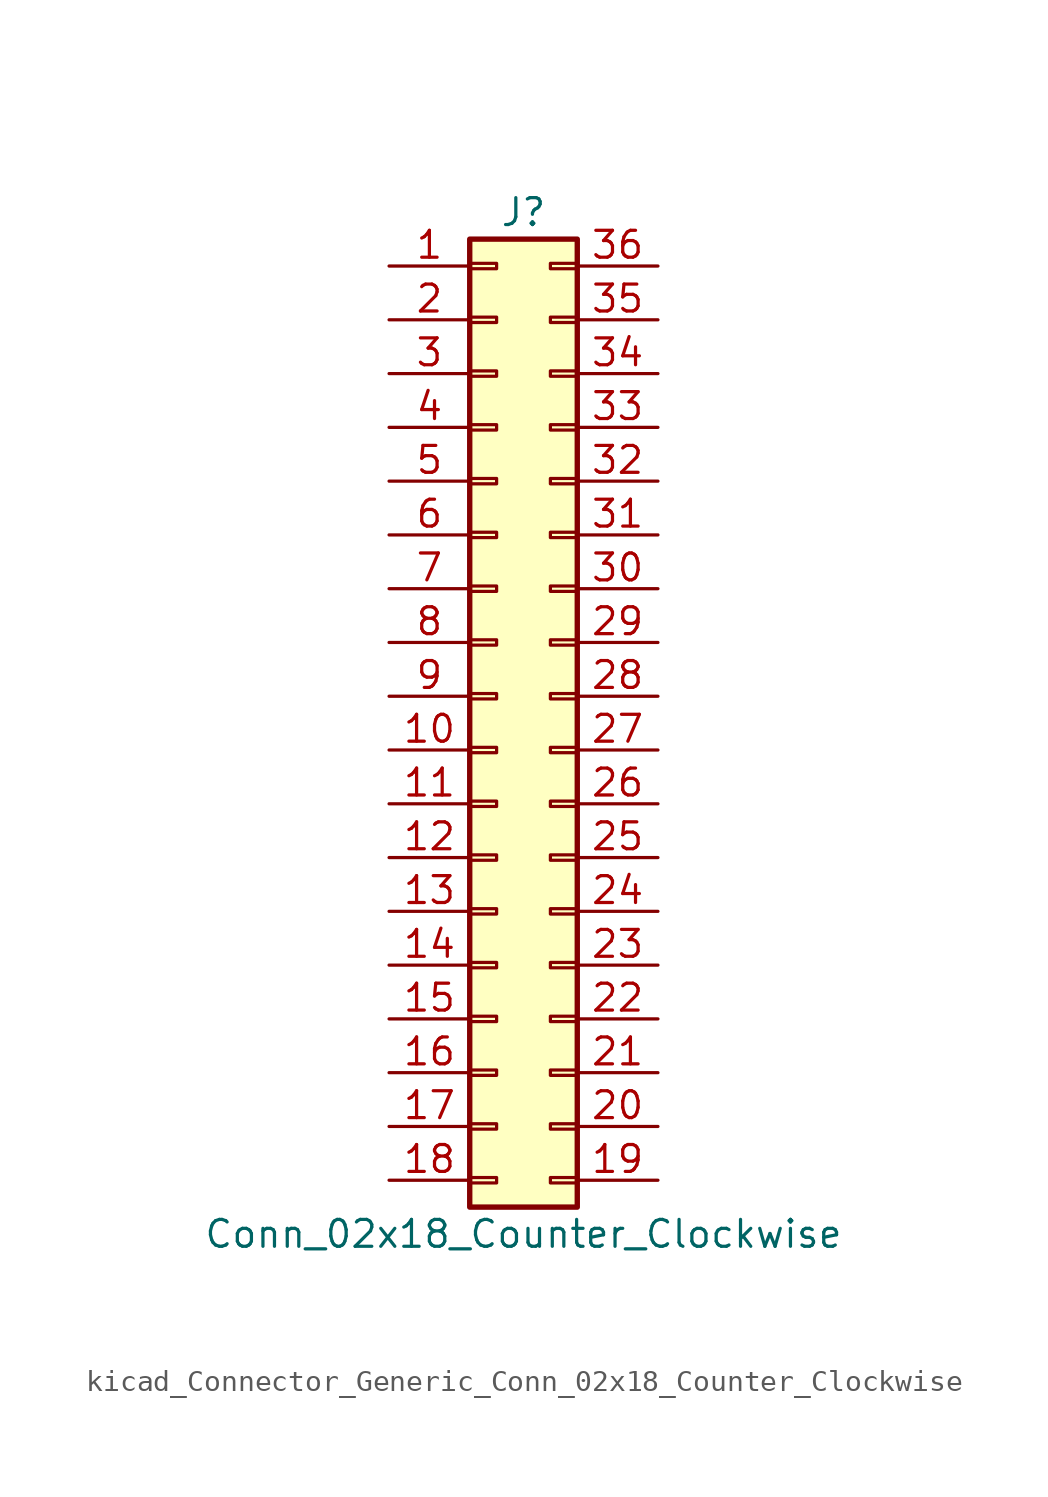
<source format=kicad_sym>
(kicad_symbol_lib
  (version 20220914)
  (generator kicad_symbol_editor)
  (symbol "kicad_Connector_Generic_Conn_02x18_Counter_Clockwise"
    (pin_names
      (offset 1.016) hide)
    (property "Reference" "J"
      (at 1.27 22.86 0)
      (effects (font (size 1.27 1.27))))
    (property "Value" "Conn_02x18_Counter_Clockwise"
      (at 1.27 -25.4 0)
      (effects (font (size 1.27 1.27))))
    (symbol "kicad_Connector_Generic_Conn_02x18_Counter_Clockwise_1_1"
      (rectangle (start -1.27 -22.733) (end 0 -22.987) (stroke (width 0.152) (type default)) (fill (type none)))
      (rectangle (start -1.27 -20.193) (end 0 -20.447) (stroke (width 0.152) (type default)) (fill (type none)))
      (rectangle (start -1.27 -17.653) (end 0 -17.907) (stroke (width 0.152) (type default)) (fill (type none)))
      (rectangle (start -1.27 -15.113) (end 0 -15.367) (stroke (width 0.152) (type default)) (fill (type none)))
      (rectangle (start -1.27 -12.573) (end 0 -12.827) (stroke (width 0.152) (type default)) (fill (type none)))
      (rectangle (start -1.27 -10.033) (end 0 -10.287) (stroke (width 0.152) (type default)) (fill (type none)))
      (rectangle (start -1.27 -7.493) (end 0 -7.747) (stroke (width 0.152) (type default)) (fill (type none)))
      (rectangle (start -1.27 -4.953) (end 0 -5.207) (stroke (width 0.152) (type default)) (fill (type none)))
      (rectangle (start -1.27 -2.413) (end 0 -2.667) (stroke (width 0.152) (type default)) (fill (type none)))
      (rectangle (start -1.27 0.127) (end 0 -0.127) (stroke (width 0.152) (type default)) (fill (type none)))
      (rectangle (start -1.27 2.667) (end 0 2.413) (stroke (width 0.152) (type default)) (fill (type none)))
      (rectangle (start -1.27 5.207) (end 0 4.953) (stroke (width 0.152) (type default)) (fill (type none)))
      (rectangle (start -1.27 7.747) (end 0 7.493) (stroke (width 0.152) (type default)) (fill (type none)))
      (rectangle (start -1.27 10.287) (end 0 10.033) (stroke (width 0.152) (type default)) (fill (type none)))
      (rectangle (start -1.27 12.827) (end 0 12.573) (stroke (width 0.152) (type default)) (fill (type none)))
      (rectangle (start -1.27 15.367) (end 0 15.113) (stroke (width 0.152) (type default)) (fill (type none)))
      (rectangle (start -1.27 17.907) (end 0 17.653) (stroke (width 0.152) (type default)) (fill (type none)))
      (rectangle (start -1.27 20.447) (end 0 20.193) (stroke (width 0.152) (type default)) (fill (type none)))
      (rectangle (start -1.27 21.59) (end 3.81 -24.13) (stroke (width 0.254) (type default)) (fill (type background)))
      (rectangle (start 3.81 -22.733) (end 2.54 -22.987) (stroke (width 0.152) (type default)) (fill (type none)))
      (rectangle (start 3.81 -20.193) (end 2.54 -20.447) (stroke (width 0.152) (type default)) (fill (type none)))
      (rectangle (start 3.81 -17.653) (end 2.54 -17.907) (stroke (width 0.152) (type default)) (fill (type none)))
      (rectangle (start 3.81 -15.113) (end 2.54 -15.367) (stroke (width 0.152) (type default)) (fill (type none)))
      (rectangle (start 3.81 -12.573) (end 2.54 -12.827) (stroke (width 0.152) (type default)) (fill (type none)))
      (rectangle (start 3.81 -10.033) (end 2.54 -10.287) (stroke (width 0.152) (type default)) (fill (type none)))
      (rectangle (start 3.81 -7.493) (end 2.54 -7.747) (stroke (width 0.152) (type default)) (fill (type none)))
      (rectangle (start 3.81 -4.953) (end 2.54 -5.207) (stroke (width 0.152) (type default)) (fill (type none)))
      (rectangle (start 3.81 -2.413) (end 2.54 -2.667) (stroke (width 0.152) (type default)) (fill (type none)))
      (rectangle (start 3.81 0.127) (end 2.54 -0.127) (stroke (width 0.152) (type default)) (fill (type none)))
      (rectangle (start 3.81 2.667) (end 2.54 2.413) (stroke (width 0.152) (type default)) (fill (type none)))
      (rectangle (start 3.81 5.207) (end 2.54 4.953) (stroke (width 0.152) (type default)) (fill (type none)))
      (rectangle (start 3.81 7.747) (end 2.54 7.493) (stroke (width 0.152) (type default)) (fill (type none)))
      (rectangle (start 3.81 10.287) (end 2.54 10.033) (stroke (width 0.152) (type default)) (fill (type none)))
      (rectangle (start 3.81 12.827) (end 2.54 12.573) (stroke (width 0.152) (type default)) (fill (type none)))
      (rectangle (start 3.81 15.367) (end 2.54 15.113) (stroke (width 0.152) (type default)) (fill (type none)))
      (rectangle (start 3.81 17.907) (end 2.54 17.653) (stroke (width 0.152) (type default)) (fill (type none)))
      (rectangle (start 3.81 20.447) (end 2.54 20.193) (stroke (width 0.152) (type default)) (fill (type none)))
      (pin passive line (at -5.08 20.32 0) (length 3.81) (name "Pin_1" (effects (font (size 1.27 1.27)))) (number "1" (effects (font (size 1.27 1.27)))))
      (pin passive line (at -5.08 -2.54 0) (length 3.81) (name "Pin_10" (effects (font (size 1.27 1.27)))) (number "10" (effects (font (size 1.27 1.27)))))
      (pin passive line (at -5.08 -5.08 0) (length 3.81) (name "Pin_11" (effects (font (size 1.27 1.27)))) (number "11" (effects (font (size 1.27 1.27)))))
      (pin passive line (at -5.08 -7.62 0) (length 3.81) (name "Pin_12" (effects (font (size 1.27 1.27)))) (number "12" (effects (font (size 1.27 1.27)))))
      (pin passive line (at -5.08 -10.16 0) (length 3.81) (name "Pin_13" (effects (font (size 1.27 1.27)))) (number "13" (effects (font (size 1.27 1.27)))))
      (pin passive line (at -5.08 -12.7 0) (length 3.81) (name "Pin_14" (effects (font (size 1.27 1.27)))) (number "14" (effects (font (size 1.27 1.27)))))
      (pin passive line (at -5.08 -15.24 0) (length 3.81) (name "Pin_15" (effects (font (size 1.27 1.27)))) (number "15" (effects (font (size 1.27 1.27)))))
      (pin passive line (at -5.08 -17.78 0) (length 3.81) (name "Pin_16" (effects (font (size 1.27 1.27)))) (number "16" (effects (font (size 1.27 1.27)))))
      (pin passive line (at -5.08 -20.32 0) (length 3.81) (name "Pin_17" (effects (font (size 1.27 1.27)))) (number "17" (effects (font (size 1.27 1.27)))))
      (pin passive line (at -5.08 -22.86 0) (length 3.81) (name "Pin_18" (effects (font (size 1.27 1.27)))) (number "18" (effects (font (size 1.27 1.27)))))
      (pin passive line (at 7.62 -22.86 180) (length 3.81) (name "Pin_19" (effects (font (size 1.27 1.27)))) (number "19" (effects (font (size 1.27 1.27)))))
      (pin passive line (at -5.08 17.78 0) (length 3.81) (name "Pin_2" (effects (font (size 1.27 1.27)))) (number "2" (effects (font (size 1.27 1.27)))))
      (pin passive line (at 7.62 -20.32 180) (length 3.81) (name "Pin_20" (effects (font (size 1.27 1.27)))) (number "20" (effects (font (size 1.27 1.27)))))
      (pin passive line (at 7.62 -17.78 180) (length 3.81) (name "Pin_21" (effects (font (size 1.27 1.27)))) (number "21" (effects (font (size 1.27 1.27)))))
      (pin passive line (at 7.62 -15.24 180) (length 3.81) (name "Pin_22" (effects (font (size 1.27 1.27)))) (number "22" (effects (font (size 1.27 1.27)))))
      (pin passive line (at 7.62 -12.7 180) (length 3.81) (name "Pin_23" (effects (font (size 1.27 1.27)))) (number "23" (effects (font (size 1.27 1.27)))))
      (pin passive line (at 7.62 -10.16 180) (length 3.81) (name "Pin_24" (effects (font (size 1.27 1.27)))) (number "24" (effects (font (size 1.27 1.27)))))
      (pin passive line (at 7.62 -7.62 180) (length 3.81) (name "Pin_25" (effects (font (size 1.27 1.27)))) (number "25" (effects (font (size 1.27 1.27)))))
      (pin passive line (at 7.62 -5.08 180) (length 3.81) (name "Pin_26" (effects (font (size 1.27 1.27)))) (number "26" (effects (font (size 1.27 1.27)))))
      (pin passive line (at 7.62 -2.54 180) (length 3.81) (name "Pin_27" (effects (font (size 1.27 1.27)))) (number "27" (effects (font (size 1.27 1.27)))))
      (pin passive line (at 7.62 0 180) (length 3.81) (name "Pin_28" (effects (font (size 1.27 1.27)))) (number "28" (effects (font (size 1.27 1.27)))))
      (pin passive line (at 7.62 2.54 180) (length 3.81) (name "Pin_29" (effects (font (size 1.27 1.27)))) (number "29" (effects (font (size 1.27 1.27)))))
      (pin passive line (at -5.08 15.24 0) (length 3.81) (name "Pin_3" (effects (font (size 1.27 1.27)))) (number "3" (effects (font (size 1.27 1.27)))))
      (pin passive line (at 7.62 5.08 180) (length 3.81) (name "Pin_30" (effects (font (size 1.27 1.27)))) (number "30" (effects (font (size 1.27 1.27)))))
      (pin passive line (at 7.62 7.62 180) (length 3.81) (name "Pin_31" (effects (font (size 1.27 1.27)))) (number "31" (effects (font (size 1.27 1.27)))))
      (pin passive line (at 7.62 10.16 180) (length 3.81) (name "Pin_32" (effects (font (size 1.27 1.27)))) (number "32" (effects (font (size 1.27 1.27)))))
      (pin passive line (at 7.62 12.7 180) (length 3.81) (name "Pin_33" (effects (font (size 1.27 1.27)))) (number "33" (effects (font (size 1.27 1.27)))))
      (pin passive line (at 7.62 15.24 180) (length 3.81) (name "Pin_34" (effects (font (size 1.27 1.27)))) (number "34" (effects (font (size 1.27 1.27)))))
      (pin passive line (at 7.62 17.78 180) (length 3.81) (name "Pin_35" (effects (font (size 1.27 1.27)))) (number "35" (effects (font (size 1.27 1.27)))))
      (pin passive line (at 7.62 20.32 180) (length 3.81) (name "Pin_36" (effects (font (size 1.27 1.27)))) (number "36" (effects (font (size 1.27 1.27)))))
      (pin passive line (at -5.08 12.7 0) (length 3.81) (name "Pin_4" (effects (font (size 1.27 1.27)))) (number "4" (effects (font (size 1.27 1.27)))))
      (pin passive line (at -5.08 10.16 0) (length 3.81) (name "Pin_5" (effects (font (size 1.27 1.27)))) (number "5" (effects (font (size 1.27 1.27)))))
      (pin passive line (at -5.08 7.62 0) (length 3.81) (name "Pin_6" (effects (font (size 1.27 1.27)))) (number "6" (effects (font (size 1.27 1.27)))))
      (pin passive line (at -5.08 5.08 0) (length 3.81) (name "Pin_7" (effects (font (size 1.27 1.27)))) (number "7" (effects (font (size 1.27 1.27)))))
      (pin passive line (at -5.08 2.54 0) (length 3.81) (name "Pin_8" (effects (font (size 1.27 1.27)))) (number "8" (effects (font (size 1.27 1.27)))))
      (pin passive line (at -5.08 0 0) (length 3.81) (name "Pin_9" (effects (font (size 1.27 1.27)))) (number "9" (effects (font (size 1.27 1.27))))))))
</source>
